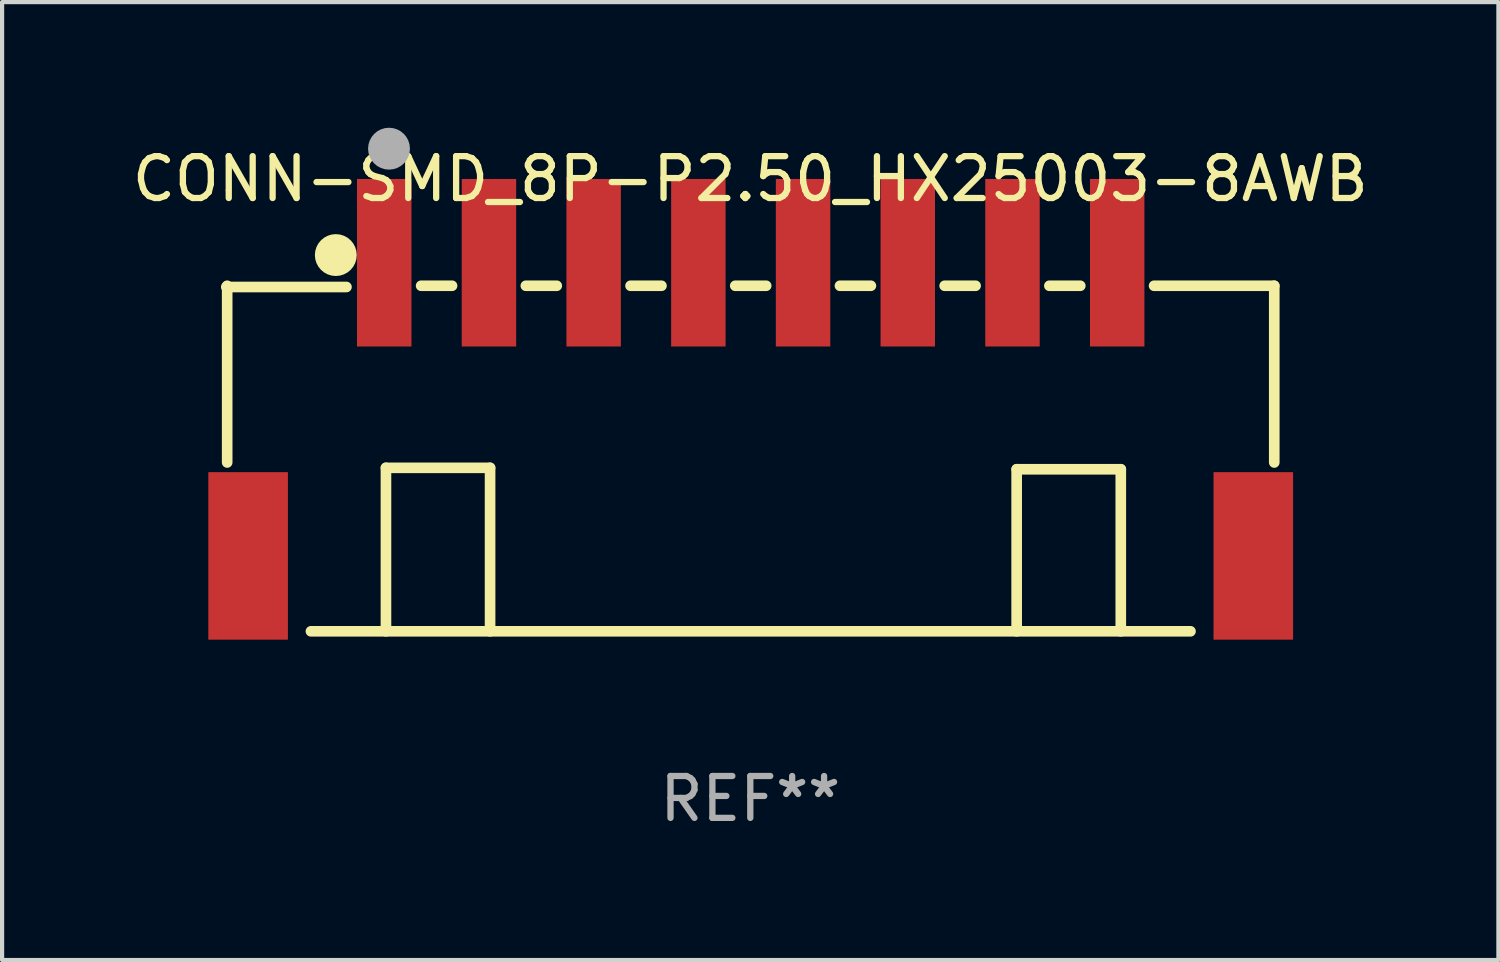
<source format=kicad_pcb>
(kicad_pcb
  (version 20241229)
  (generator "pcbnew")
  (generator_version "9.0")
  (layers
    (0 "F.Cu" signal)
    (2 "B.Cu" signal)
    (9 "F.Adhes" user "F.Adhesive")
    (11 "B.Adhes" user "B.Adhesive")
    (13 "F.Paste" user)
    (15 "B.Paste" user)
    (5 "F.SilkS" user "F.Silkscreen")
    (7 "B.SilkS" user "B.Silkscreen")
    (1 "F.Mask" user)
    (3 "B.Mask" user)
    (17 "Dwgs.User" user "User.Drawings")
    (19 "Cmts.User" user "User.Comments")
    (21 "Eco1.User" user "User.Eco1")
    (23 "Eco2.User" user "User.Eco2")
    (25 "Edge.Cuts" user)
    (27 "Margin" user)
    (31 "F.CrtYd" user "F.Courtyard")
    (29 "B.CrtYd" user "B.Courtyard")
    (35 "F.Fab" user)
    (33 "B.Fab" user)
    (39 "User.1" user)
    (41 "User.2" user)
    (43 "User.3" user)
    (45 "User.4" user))
  (footprint "CONN-SMD_8P-P2.50_HX25003-8AWB"
    (layer "F.Cu")
    (at 14.874 6.723)
    (property "Reference" "CONN-SMD_8P-P2.50_HX25003-8AWB" (at -0.01 -5.5 0) (layer "F.SilkS") (effects (font (size 1 1) (thickness 0.15))))
    (attr smd)
    (fp_line (start -12.5 -2.95) (end -12.5 1.269) (stroke (width 0.254) (type solid)) (layer "F.SilkS"))
    (fp_line (start -10.5 5.3) (end 10.5 5.3) (stroke (width 0.254) (type solid)) (layer "F.SilkS"))
    (fp_line (start -9.652 -2.921) (end -12.521 -2.921) (stroke (width 0.254) (type solid)) (layer "F.SilkS"))
    (fp_line (start -8.709 1.397) (end -6.223 1.397) (stroke (width 0.254) (type solid)) (layer "F.SilkS"))
    (fp_line (start -8.709 5.3) (end -8.709 1.397) (stroke (width 0.254) (type solid)) (layer "F.SilkS"))
    (fp_line (start -7.131 -2.95) (end -7.869 -2.95) (stroke (width 0.254) (type solid)) (layer "F.SilkS"))
    (fp_line (start -6.223 1.397) (end -6.223 5.3) (stroke (width 0.254) (type solid)) (layer "F.SilkS"))
    (fp_line (start -4.631 -2.95) (end -5.369 -2.95) (stroke (width 0.254) (type solid)) (layer "F.SilkS"))
    (fp_line (start -2.131 -2.95) (end -2.869 -2.95) (stroke (width 0.254) (type solid)) (layer "F.SilkS"))
    (fp_line (start 0.369 -2.95) (end -0.369 -2.95) (stroke (width 0.254) (type solid)) (layer "F.SilkS"))
    (fp_line (start 2.869 -2.95) (end 2.131 -2.95) (stroke (width 0.254) (type solid)) (layer "F.SilkS"))
    (fp_line (start 5.369 -2.95) (end 4.631 -2.95) (stroke (width 0.254) (type solid)) (layer "F.SilkS"))
    (fp_line (start 6.35 1.431) (end 6.35 5.3) (stroke (width 0.254) (type solid)) (layer "F.SilkS"))
    (fp_line (start 6.35 1.431) (end 8.836 1.431) (stroke (width 0.254) (type solid)) (layer "F.SilkS"))
    (fp_line (start 7.869 -2.95) (end 7.131 -2.95) (stroke (width 0.254) (type solid)) (layer "F.SilkS"))
    (fp_line (start 8.836 1.431) (end 8.836 5.3) (stroke (width 0.254) (type solid)) (layer "F.SilkS"))
    (fp_line (start 12.5 -2.95) (end 9.631 -2.95) (stroke (width 0.254) (type solid)) (layer "F.SilkS"))
    (fp_line (start 12.5 -2.95) (end 12.5 1.269) (stroke (width 0.254) (type solid)) (layer "F.SilkS"))
    (fp_circle (center -12.475 -5.227) (end -12.445 -5.227) (stroke (width 0.06) (type solid)) (fill no) (layer "F.SilkS"))
    (fp_circle (center -9.906 -3.683) (end -9.656 -3.683) (stroke (width 0.5) (type solid)) (fill no) (layer "F.SilkS"))
    (fp_circle (center -8.636 -6.223) (end -8.386 -6.223) (stroke (width 0.5) (type solid)) (fill no) (layer "F.Fab"))
    (fp_text user "REF**" (at -0.01 9.3 0) (layer "F.Fab") (effects (font (size 1 1) (thickness 0.15))))
    (pad "1" smd rect (at -8.75 -3.5) (size 1.3 4) (layers "F.Cu" "F.Mask" "F.Paste"))
    (pad "2" smd rect (at -6.25 -3.5) (size 1.3 4) (layers "F.Cu" "F.Mask" "F.Paste"))
    (pad "3" smd rect (at -3.75 -3.5) (size 1.3 4) (layers "F.Cu" "F.Mask" "F.Paste"))
    (pad "4" smd rect (at -1.25 -3.5) (size 1.3 4) (layers "F.Cu" "F.Mask" "F.Paste"))
    (pad "5" smd rect (at 1.25 -3.5) (size 1.3 4) (layers "F.Cu" "F.Mask" "F.Paste"))
    (pad "6" smd rect (at 3.75 -3.5) (size 1.3 4) (layers "F.Cu" "F.Mask" "F.Paste"))
    (pad "7" smd rect (at 6.25 -3.5) (size 1.3 4) (layers "F.Cu" "F.Mask" "F.Paste"))
    (pad "8" smd rect (at 8.75 -3.5) (size 1.3 4) (layers "F.Cu" "F.Mask" "F.Paste"))
    (pad "9" smd rect (at 12 3.5) (size 1.9 4) (layers "F.Cu" "F.Mask" "F.Paste"))
    (pad "10" smd rect (at -12 3.5) (size 1.9 4) (layers "F.Cu" "F.Mask" "F.Paste")))
  (gr_rect
    (start -3 -3)
    (end 32.726 19.871)
    (stroke (width 0.1) (type default))
    (fill no)
    (layer "Edge.Cuts")))
</source>
